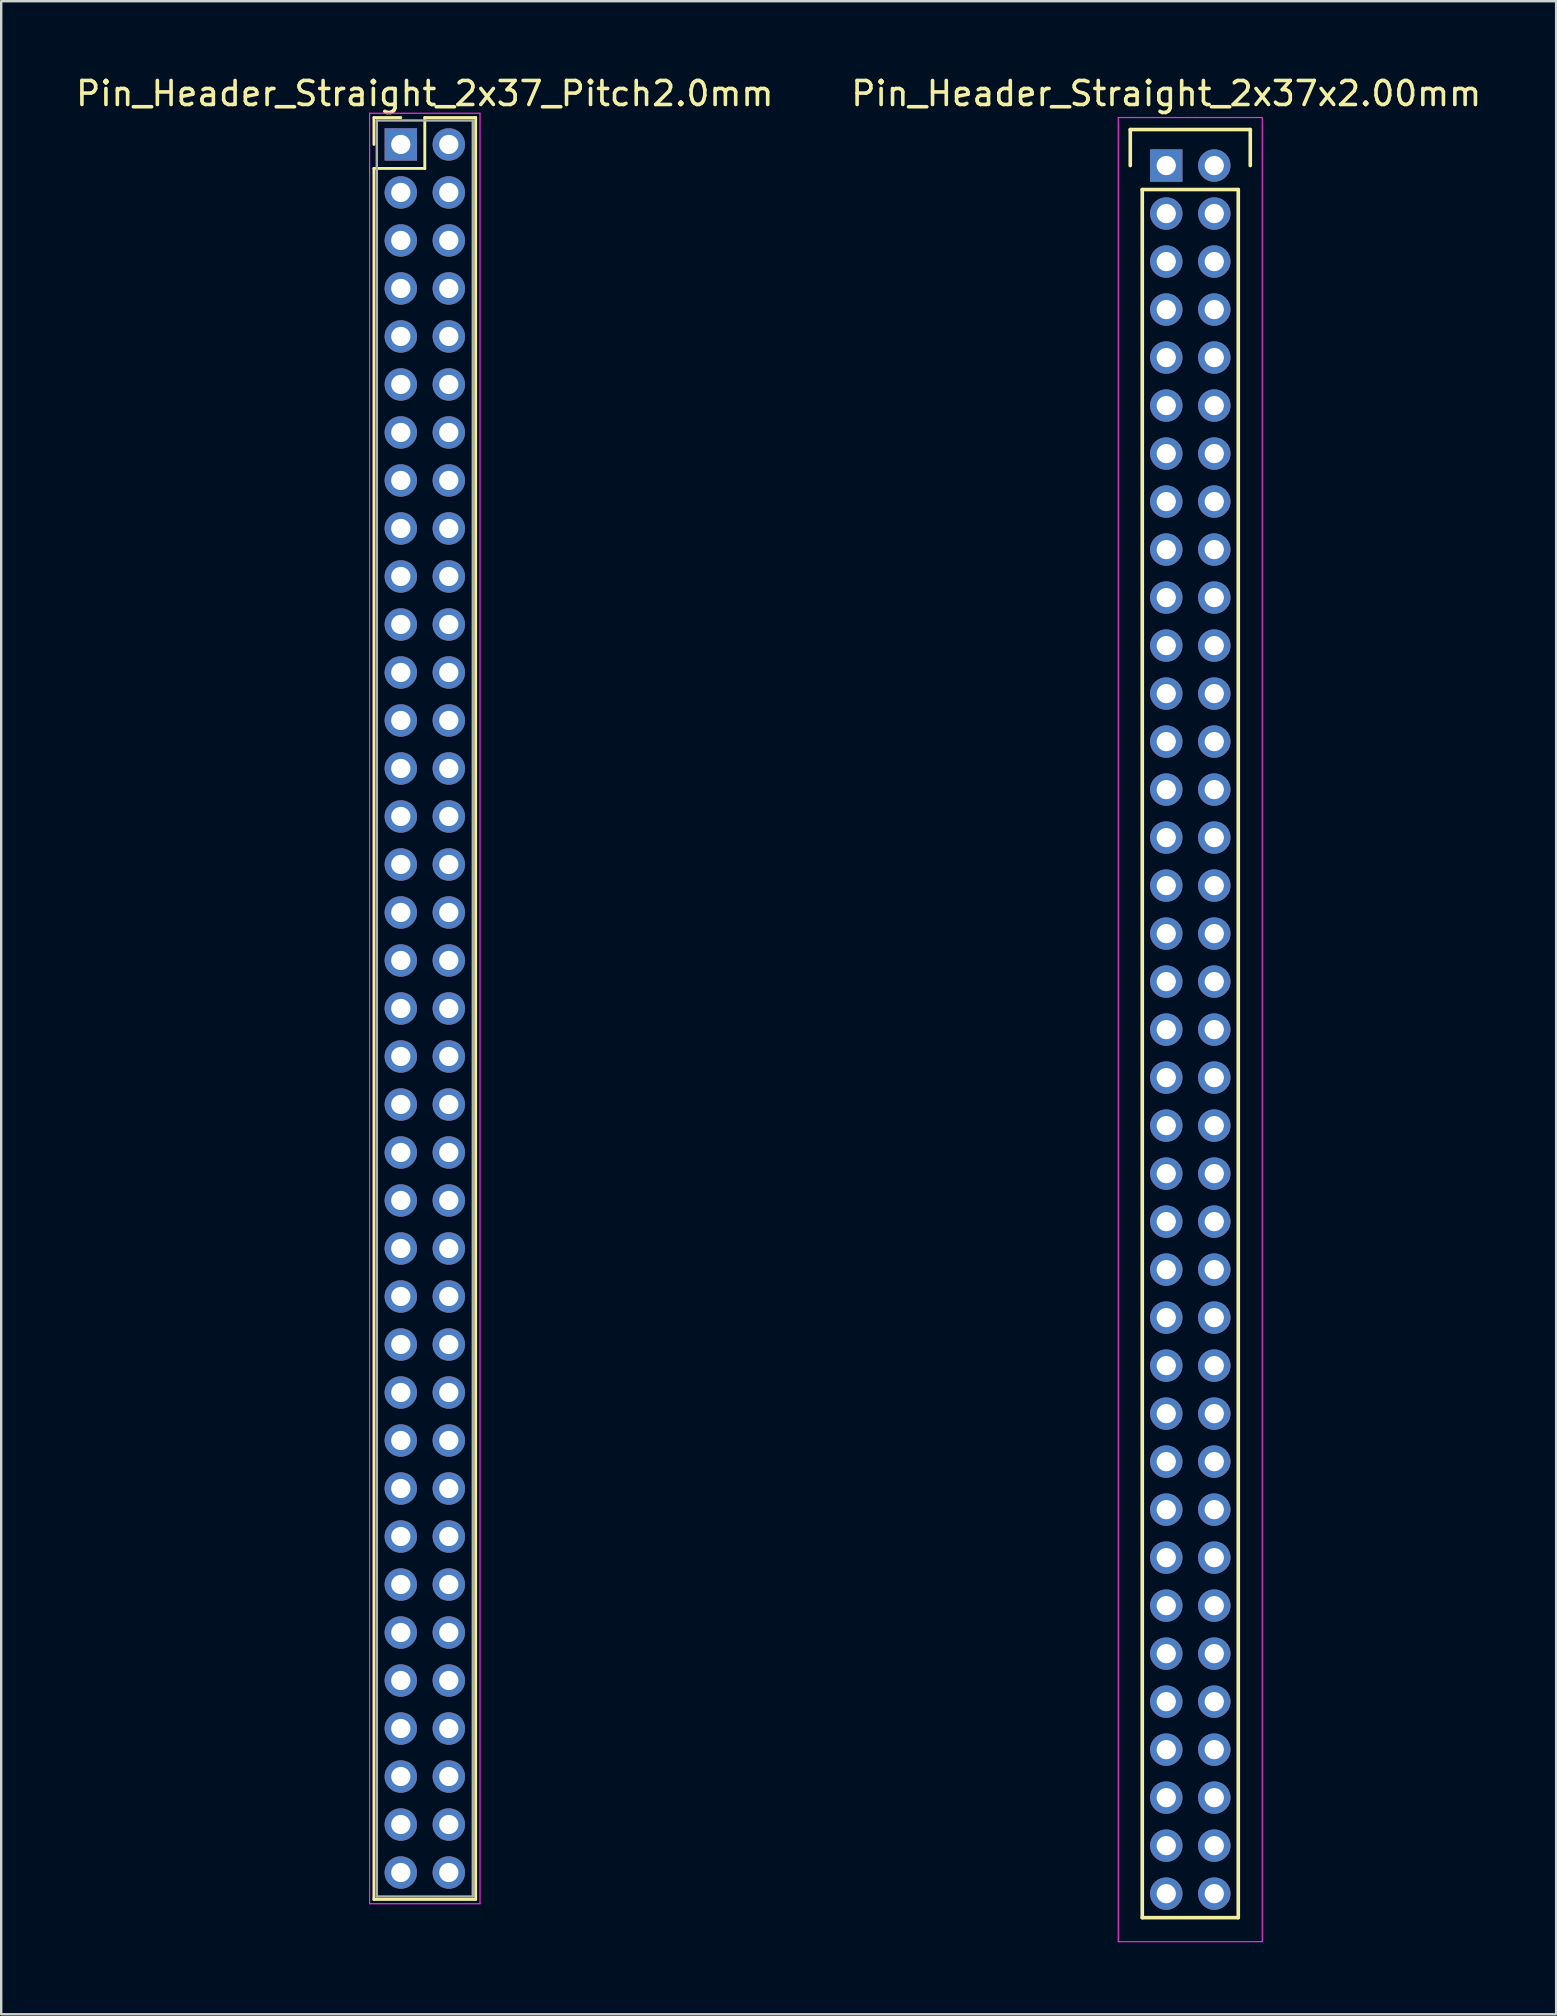
<source format=kicad_pcb>
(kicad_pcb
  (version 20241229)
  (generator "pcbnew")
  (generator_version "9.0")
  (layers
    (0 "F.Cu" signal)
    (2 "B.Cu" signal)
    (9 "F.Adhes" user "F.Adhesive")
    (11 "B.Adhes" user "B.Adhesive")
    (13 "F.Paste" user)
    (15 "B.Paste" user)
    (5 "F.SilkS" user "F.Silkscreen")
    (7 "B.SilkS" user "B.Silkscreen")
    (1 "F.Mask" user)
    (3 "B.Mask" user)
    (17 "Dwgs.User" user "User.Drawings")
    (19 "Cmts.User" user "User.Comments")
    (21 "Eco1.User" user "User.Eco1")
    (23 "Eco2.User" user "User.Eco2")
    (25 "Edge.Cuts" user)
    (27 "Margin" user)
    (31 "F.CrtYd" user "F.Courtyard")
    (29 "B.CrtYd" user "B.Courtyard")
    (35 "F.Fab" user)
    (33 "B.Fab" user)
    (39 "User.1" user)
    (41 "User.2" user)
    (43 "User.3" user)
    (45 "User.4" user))
  (footprint "Pin_Header_Straight_2x37x2.00mm"
    (layer "F.Cu")
    (at 45.542 3.848)
    (property "Reference" "Pin_Header_Straight_2x37x2.00mm" (at 0 -3 0) (layer "F.SilkS") (effects (font (size 1 1) (thickness 0.15))))
    (attr through_hole)
    (fp_line (start -1.5 -1.5) (end 3.5 -1.5) (stroke (width 0.15) (type solid)) (layer "F.SilkS"))
    (fp_line (start -1.5 0) (end -1.5 -1.5) (stroke (width 0.15) (type solid)) (layer "F.SilkS"))
    (fp_line (start -1 1) (end 3 1) (stroke (width 0.15) (type solid)) (layer "F.SilkS"))
    (fp_line (start -1 73) (end -1 1) (stroke (width 0.15) (type solid)) (layer "F.SilkS"))
    (fp_line (start 3 1) (end 3 73) (stroke (width 0.15) (type solid)) (layer "F.SilkS"))
    (fp_line (start 3 73) (end -1 73) (stroke (width 0.15) (type solid)) (layer "F.SilkS"))
    (fp_line (start 3.5 -1.5) (end 3.5 0) (stroke (width 0.15) (type solid)) (layer "F.SilkS"))
    (fp_line (start -2 -2) (end 4 -2) (stroke (width 0.05) (type solid)) (layer "F.CrtYd"))
    (fp_line (start -2 74) (end -2 -2) (stroke (width 0.05) (type solid)) (layer "F.CrtYd"))
    (fp_line (start 4 -2) (end 4 74) (stroke (width 0.05) (type solid)) (layer "F.CrtYd"))
    (fp_line (start 4 74) (end -2 74) (stroke (width 0.05) (type solid)) (layer "F.CrtYd"))
    (pad "1" thru_hole rect (at 0 0) (size 1.35 1.35) (drill 0.8) (layers "*.Cu" "*.Mask"))
    (pad "2" thru_hole circle (at 2 0) (size 1.35 1.35) (drill 0.8) (layers "*.Cu" "*.Mask"))
    (pad "3" thru_hole circle (at 0 2) (size 1.35 1.35) (drill 0.8) (layers "*.Cu" "*.Mask"))
    (pad "4" thru_hole circle (at 2 2) (size 1.35 1.35) (drill 0.8) (layers "*.Cu" "*.Mask"))
    (pad "5" thru_hole circle (at 0 4) (size 1.35 1.35) (drill 0.8) (layers "*.Cu" "*.Mask"))
    (pad "6" thru_hole circle (at 2 4) (size 1.35 1.35) (drill 0.8) (layers "*.Cu" "*.Mask"))
    (pad "7" thru_hole circle (at 0 6) (size 1.35 1.35) (drill 0.8) (layers "*.Cu" "*.Mask"))
    (pad "8" thru_hole circle (at 2 6) (size 1.35 1.35) (drill 0.8) (layers "*.Cu" "*.Mask"))
    (pad "9" thru_hole circle (at 0 8) (size 1.35 1.35) (drill 0.8) (layers "*.Cu" "*.Mask"))
    (pad "10" thru_hole circle (at 2 8) (size 1.35 1.35) (drill 0.8) (layers "*.Cu" "*.Mask"))
    (pad "11" thru_hole circle (at 0 10) (size 1.35 1.35) (drill 0.8) (layers "*.Cu" "*.Mask"))
    (pad "12" thru_hole circle (at 2 10) (size 1.35 1.35) (drill 0.8) (layers "*.Cu" "*.Mask"))
    (pad "13" thru_hole circle (at 0 12) (size 1.35 1.35) (drill 0.8) (layers "*.Cu" "*.Mask"))
    (pad "14" thru_hole circle (at 2 12) (size 1.35 1.35) (drill 0.8) (layers "*.Cu" "*.Mask"))
    (pad "15" thru_hole circle (at 0 14) (size 1.35 1.35) (drill 0.8) (layers "*.Cu" "*.Mask"))
    (pad "16" thru_hole circle (at 2 14) (size 1.35 1.35) (drill 0.8) (layers "*.Cu" "*.Mask"))
    (pad "17" thru_hole circle (at 0 16) (size 1.35 1.35) (drill 0.8) (layers "*.Cu" "*.Mask"))
    (pad "18" thru_hole circle (at 2 16) (size 1.35 1.35) (drill 0.8) (layers "*.Cu" "*.Mask"))
    (pad "19" thru_hole circle (at 0 18) (size 1.35 1.35) (drill 0.8) (layers "*.Cu" "*.Mask"))
    (pad "20" thru_hole circle (at 2 18) (size 1.35 1.35) (drill 0.8) (layers "*.Cu" "*.Mask"))
    (pad "21" thru_hole circle (at 0 20) (size 1.35 1.35) (drill 0.8) (layers "*.Cu" "*.Mask"))
    (pad "22" thru_hole circle (at 2 20) (size 1.35 1.35) (drill 0.8) (layers "*.Cu" "*.Mask"))
    (pad "23" thru_hole circle (at 0 22) (size 1.35 1.35) (drill 0.8) (layers "*.Cu" "*.Mask"))
    (pad "24" thru_hole circle (at 2 22) (size 1.35 1.35) (drill 0.8) (layers "*.Cu" "*.Mask"))
    (pad "25" thru_hole circle (at 0 24) (size 1.35 1.35) (drill 0.8) (layers "*.Cu" "*.Mask"))
    (pad "26" thru_hole circle (at 2 24) (size 1.35 1.35) (drill 0.8) (layers "*.Cu" "*.Mask"))
    (pad "27" thru_hole circle (at 0 26) (size 1.35 1.35) (drill 0.8) (layers "*.Cu" "*.Mask"))
    (pad "28" thru_hole circle (at 2 26) (size 1.35 1.35) (drill 0.8) (layers "*.Cu" "*.Mask"))
    (pad "29" thru_hole circle (at 0 28) (size 1.35 1.35) (drill 0.8) (layers "*.Cu" "*.Mask"))
    (pad "30" thru_hole circle (at 2 28) (size 1.35 1.35) (drill 0.8) (layers "*.Cu" "*.Mask"))
    (pad "31" thru_hole circle (at 0 30) (size 1.35 1.35) (drill 0.8) (layers "*.Cu" "*.Mask"))
    (pad "32" thru_hole circle (at 2 30) (size 1.35 1.35) (drill 0.8) (layers "*.Cu" "*.Mask"))
    (pad "33" thru_hole circle (at 0 32) (size 1.35 1.35) (drill 0.8) (layers "*.Cu" "*.Mask"))
    (pad "34" thru_hole circle (at 2 32) (size 1.35 1.35) (drill 0.8) (layers "*.Cu" "*.Mask"))
    (pad "35" thru_hole circle (at 0 34) (size 1.35 1.35) (drill 0.8) (layers "*.Cu" "*.Mask"))
    (pad "36" thru_hole circle (at 2 34) (size 1.35 1.35) (drill 0.8) (layers "*.Cu" "*.Mask"))
    (pad "37" thru_hole circle (at 0 36) (size 1.35 1.35) (drill 0.8) (layers "*.Cu" "*.Mask"))
    (pad "38" thru_hole circle (at 2 36) (size 1.35 1.35) (drill 0.8) (layers "*.Cu" "*.Mask"))
    (pad "39" thru_hole circle (at 0 38) (size 1.35 1.35) (drill 0.8) (layers "*.Cu" "*.Mask"))
    (pad "40" thru_hole circle (at 2 38) (size 1.35 1.35) (drill 0.8) (layers "*.Cu" "*.Mask"))
    (pad "41" thru_hole circle (at 0 40) (size 1.35 1.35) (drill 0.8) (layers "*.Cu" "*.Mask"))
    (pad "42" thru_hole circle (at 2 40) (size 1.35 1.35) (drill 0.8) (layers "*.Cu" "*.Mask"))
    (pad "43" thru_hole circle (at 0 42) (size 1.35 1.35) (drill 0.8) (layers "*.Cu" "*.Mask"))
    (pad "44" thru_hole circle (at 2 42) (size 1.35 1.35) (drill 0.8) (layers "*.Cu" "*.Mask"))
    (pad "45" thru_hole circle (at 0 44) (size 1.35 1.35) (drill 0.8) (layers "*.Cu" "*.Mask"))
    (pad "46" thru_hole circle (at 2 44) (size 1.35 1.35) (drill 0.8) (layers "*.Cu" "*.Mask"))
    (pad "47" thru_hole circle (at 0 46) (size 1.35 1.35) (drill 0.8) (layers "*.Cu" "*.Mask"))
    (pad "48" thru_hole circle (at 2 46) (size 1.35 1.35) (drill 0.8) (layers "*.Cu" "*.Mask"))
    (pad "49" thru_hole circle (at 0 48) (size 1.35 1.35) (drill 0.8) (layers "*.Cu" "*.Mask"))
    (pad "50" thru_hole circle (at 2 48) (size 1.35 1.35) (drill 0.8) (layers "*.Cu" "*.Mask"))
    (pad "51" thru_hole circle (at 0 50) (size 1.35 1.35) (drill 0.8) (layers "*.Cu" "*.Mask"))
    (pad "52" thru_hole circle (at 2 50) (size 1.35 1.35) (drill 0.8) (layers "*.Cu" "*.Mask"))
    (pad "53" thru_hole circle (at 0 52) (size 1.35 1.35) (drill 0.8) (layers "*.Cu" "*.Mask"))
    (pad "54" thru_hole circle (at 2 52) (size 1.35 1.35) (drill 0.8) (layers "*.Cu" "*.Mask"))
    (pad "55" thru_hole circle (at 0 54) (size 1.35 1.35) (drill 0.8) (layers "*.Cu" "*.Mask"))
    (pad "56" thru_hole circle (at 2 54) (size 1.35 1.35) (drill 0.8) (layers "*.Cu" "*.Mask"))
    (pad "57" thru_hole circle (at 0 56) (size 1.35 1.35) (drill 0.8) (layers "*.Cu" "*.Mask"))
    (pad "58" thru_hole circle (at 2 56) (size 1.35 1.35) (drill 0.8) (layers "*.Cu" "*.Mask"))
    (pad "59" thru_hole circle (at 0 58) (size 1.35 1.35) (drill 0.8) (layers "*.Cu" "*.Mask"))
    (pad "60" thru_hole circle (at 2 58) (size 1.35 1.35) (drill 0.8) (layers "*.Cu" "*.Mask"))
    (pad "61" thru_hole circle (at 0 60) (size 1.35 1.35) (drill 0.8) (layers "*.Cu" "*.Mask"))
    (pad "62" thru_hole circle (at 2 60) (size 1.35 1.35) (drill 0.8) (layers "*.Cu" "*.Mask"))
    (pad "63" thru_hole circle (at 0 62) (size 1.35 1.35) (drill 0.8) (layers "*.Cu" "*.Mask"))
    (pad "64" thru_hole circle (at 2 62) (size 1.35 1.35) (drill 0.8) (layers "*.Cu" "*.Mask"))
    (pad "65" thru_hole circle (at 0 64) (size 1.35 1.35) (drill 0.8) (layers "*.Cu" "*.Mask"))
    (pad "66" thru_hole circle (at 2 64) (size 1.35 1.35) (drill 0.8) (layers "*.Cu" "*.Mask"))
    (pad "67" thru_hole circle (at 0 66) (size 1.35 1.35) (drill 0.8) (layers "*.Cu" "*.Mask"))
    (pad "68" thru_hole circle (at 2 66) (size 1.35 1.35) (drill 0.8) (layers "*.Cu" "*.Mask"))
    (pad "69" thru_hole circle (at 0 68) (size 1.35 1.35) (drill 0.8) (layers "*.Cu" "*.Mask"))
    (pad "70" thru_hole circle (at 2 68) (size 1.35 1.35) (drill 0.8) (layers "*.Cu" "*.Mask"))
    (pad "71" thru_hole circle (at 0 70) (size 1.35 1.35) (drill 0.8) (layers "*.Cu" "*.Mask"))
    (pad "72" thru_hole circle (at 2 70) (size 1.35 1.35) (drill 0.8) (layers "*.Cu" "*.Mask"))
    (pad "73" thru_hole circle (at 0 72) (size 1.35 1.35) (drill 0.8) (layers "*.Cu" "*.Mask"))
    (pad "74" thru_hole circle (at 2 72) (size 1.35 1.35) (drill 0.8) (layers "*.Cu" "*.Mask")))
  (footprint "Pin_Header_Straight_2x37_Pitch2.0mm"
    (layer "F.Cu")
    (at 13.649 2.968)
    (property "Reference" "Pin_Header_Straight_2x37_Pitch2.0mm" (at 1 -2.12 0) (layer "F.SilkS") (effects (font (size 1 1) (thickness 0.15))))
    (attr through_hole)
    (fp_line (start -1.12 -1.12) (end 0 -1.12) (stroke (width 0.12) (type solid)) (layer "F.SilkS"))
    (fp_line (start -1.12 0) (end -1.12 -1.12) (stroke (width 0.12) (type solid)) (layer "F.SilkS"))
    (fp_line (start -1.12 1) (end -1.12 73.12) (stroke (width 0.12) (type solid)) (layer "F.SilkS"))
    (fp_line (start -1.12 73.12) (end 3.12 73.12) (stroke (width 0.12) (type solid)) (layer "F.SilkS"))
    (fp_line (start 1 -1.12) (end 1 1) (stroke (width 0.12) (type solid)) (layer "F.SilkS"))
    (fp_line (start 1 1) (end -1.12 1) (stroke (width 0.12) (type solid)) (layer "F.SilkS"))
    (fp_line (start 3.12 -1.12) (end 1 -1.12) (stroke (width 0.12) (type solid)) (layer "F.SilkS"))
    (fp_line (start 3.12 73.12) (end 3.12 -1.12) (stroke (width 0.12) (type solid)) (layer "F.SilkS"))
    (fp_line (start -1.3 -1.3) (end -1.3 73.3) (stroke (width 0.05) (type solid)) (layer "F.CrtYd"))
    (fp_line (start -1.3 73.3) (end 3.3 73.3) (stroke (width 0.05) (type solid)) (layer "F.CrtYd"))
    (fp_line (start 3.3 -1.3) (end -1.3 -1.3) (stroke (width 0.05) (type solid)) (layer "F.CrtYd"))
    (fp_line (start 3.3 73.3) (end 3.3 -1.3) (stroke (width 0.05) (type solid)) (layer "F.CrtYd"))
    (fp_line (start -1 -1) (end -1 73) (stroke (width 0.1) (type solid)) (layer "F.Fab"))
    (fp_line (start -1 73) (end 3 73) (stroke (width 0.1) (type solid)) (layer "F.Fab"))
    (fp_line (start 3 -1) (end -1 -1) (stroke (width 0.1) (type solid)) (layer "F.Fab"))
    (fp_line (start 3 73) (end 3 -1) (stroke (width 0.1) (type solid)) (layer "F.Fab"))
    (pad "1" thru_hole rect (at 0 0) (size 1.35 1.35) (drill 0.8) (layers "*.Cu" "*.Mask"))
    (pad "2" thru_hole oval (at 2 0) (size 1.35 1.35) (drill 0.8) (layers "*.Cu" "*.Mask"))
    (pad "3" thru_hole oval (at 0 2) (size 1.35 1.35) (drill 0.8) (layers "*.Cu" "*.Mask"))
    (pad "4" thru_hole oval (at 2 2) (size 1.35 1.35) (drill 0.8) (layers "*.Cu" "*.Mask"))
    (pad "5" thru_hole oval (at 0 4) (size 1.35 1.35) (drill 0.8) (layers "*.Cu" "*.Mask"))
    (pad "6" thru_hole oval (at 2 4) (size 1.35 1.35) (drill 0.8) (layers "*.Cu" "*.Mask"))
    (pad "7" thru_hole oval (at 0 6) (size 1.35 1.35) (drill 0.8) (layers "*.Cu" "*.Mask"))
    (pad "8" thru_hole oval (at 2 6) (size 1.35 1.35) (drill 0.8) (layers "*.Cu" "*.Mask"))
    (pad "9" thru_hole oval (at 0 8) (size 1.35 1.35) (drill 0.8) (layers "*.Cu" "*.Mask"))
    (pad "10" thru_hole oval (at 2 8) (size 1.35 1.35) (drill 0.8) (layers "*.Cu" "*.Mask"))
    (pad "11" thru_hole oval (at 0 10) (size 1.35 1.35) (drill 0.8) (layers "*.Cu" "*.Mask"))
    (pad "12" thru_hole oval (at 2 10) (size 1.35 1.35) (drill 0.8) (layers "*.Cu" "*.Mask"))
    (pad "13" thru_hole oval (at 0 12) (size 1.35 1.35) (drill 0.8) (layers "*.Cu" "*.Mask"))
    (pad "14" thru_hole oval (at 2 12) (size 1.35 1.35) (drill 0.8) (layers "*.Cu" "*.Mask"))
    (pad "15" thru_hole oval (at 0 14) (size 1.35 1.35) (drill 0.8) (layers "*.Cu" "*.Mask"))
    (pad "16" thru_hole oval (at 2 14) (size 1.35 1.35) (drill 0.8) (layers "*.Cu" "*.Mask"))
    (pad "17" thru_hole oval (at 0 16) (size 1.35 1.35) (drill 0.8) (layers "*.Cu" "*.Mask"))
    (pad "18" thru_hole oval (at 2 16) (size 1.35 1.35) (drill 0.8) (layers "*.Cu" "*.Mask"))
    (pad "19" thru_hole oval (at 0 18) (size 1.35 1.35) (drill 0.8) (layers "*.Cu" "*.Mask"))
    (pad "20" thru_hole oval (at 2 18) (size 1.35 1.35) (drill 0.8) (layers "*.Cu" "*.Mask"))
    (pad "21" thru_hole oval (at 0 20) (size 1.35 1.35) (drill 0.8) (layers "*.Cu" "*.Mask"))
    (pad "22" thru_hole oval (at 2 20) (size 1.35 1.35) (drill 0.8) (layers "*.Cu" "*.Mask"))
    (pad "23" thru_hole oval (at 0 22) (size 1.35 1.35) (drill 0.8) (layers "*.Cu" "*.Mask"))
    (pad "24" thru_hole oval (at 2 22) (size 1.35 1.35) (drill 0.8) (layers "*.Cu" "*.Mask"))
    (pad "25" thru_hole oval (at 0 24) (size 1.35 1.35) (drill 0.8) (layers "*.Cu" "*.Mask"))
    (pad "26" thru_hole oval (at 2 24) (size 1.35 1.35) (drill 0.8) (layers "*.Cu" "*.Mask"))
    (pad "27" thru_hole oval (at 0 26) (size 1.35 1.35) (drill 0.8) (layers "*.Cu" "*.Mask"))
    (pad "28" thru_hole oval (at 2 26) (size 1.35 1.35) (drill 0.8) (layers "*.Cu" "*.Mask"))
    (pad "29" thru_hole oval (at 0 28) (size 1.35 1.35) (drill 0.8) (layers "*.Cu" "*.Mask"))
    (pad "30" thru_hole oval (at 2 28) (size 1.35 1.35) (drill 0.8) (layers "*.Cu" "*.Mask"))
    (pad "31" thru_hole oval (at 0 30) (size 1.35 1.35) (drill 0.8) (layers "*.Cu" "*.Mask"))
    (pad "32" thru_hole oval (at 2 30) (size 1.35 1.35) (drill 0.8) (layers "*.Cu" "*.Mask"))
    (pad "33" thru_hole oval (at 0 32) (size 1.35 1.35) (drill 0.8) (layers "*.Cu" "*.Mask"))
    (pad "34" thru_hole oval (at 2 32) (size 1.35 1.35) (drill 0.8) (layers "*.Cu" "*.Mask"))
    (pad "35" thru_hole oval (at 0 34) (size 1.35 1.35) (drill 0.8) (layers "*.Cu" "*.Mask"))
    (pad "36" thru_hole oval (at 2 34) (size 1.35 1.35) (drill 0.8) (layers "*.Cu" "*.Mask"))
    (pad "37" thru_hole oval (at 0 36) (size 1.35 1.35) (drill 0.8) (layers "*.Cu" "*.Mask"))
    (pad "38" thru_hole oval (at 2 36) (size 1.35 1.35) (drill 0.8) (layers "*.Cu" "*.Mask"))
    (pad "39" thru_hole oval (at 0 38) (size 1.35 1.35) (drill 0.8) (layers "*.Cu" "*.Mask"))
    (pad "40" thru_hole oval (at 2 38) (size 1.35 1.35) (drill 0.8) (layers "*.Cu" "*.Mask"))
    (pad "41" thru_hole oval (at 0 40) (size 1.35 1.35) (drill 0.8) (layers "*.Cu" "*.Mask"))
    (pad "42" thru_hole oval (at 2 40) (size 1.35 1.35) (drill 0.8) (layers "*.Cu" "*.Mask"))
    (pad "43" thru_hole oval (at 0 42) (size 1.35 1.35) (drill 0.8) (layers "*.Cu" "*.Mask"))
    (pad "44" thru_hole oval (at 2 42) (size 1.35 1.35) (drill 0.8) (layers "*.Cu" "*.Mask"))
    (pad "45" thru_hole oval (at 0 44) (size 1.35 1.35) (drill 0.8) (layers "*.Cu" "*.Mask"))
    (pad "46" thru_hole oval (at 2 44) (size 1.35 1.35) (drill 0.8) (layers "*.Cu" "*.Mask"))
    (pad "47" thru_hole oval (at 0 46) (size 1.35 1.35) (drill 0.8) (layers "*.Cu" "*.Mask"))
    (pad "48" thru_hole oval (at 2 46) (size 1.35 1.35) (drill 0.8) (layers "*.Cu" "*.Mask"))
    (pad "49" thru_hole oval (at 0 48) (size 1.35 1.35) (drill 0.8) (layers "*.Cu" "*.Mask"))
    (pad "50" thru_hole oval (at 2 48) (size 1.35 1.35) (drill 0.8) (layers "*.Cu" "*.Mask"))
    (pad "51" thru_hole oval (at 0 50) (size 1.35 1.35) (drill 0.8) (layers "*.Cu" "*.Mask"))
    (pad "52" thru_hole oval (at 2 50) (size 1.35 1.35) (drill 0.8) (layers "*.Cu" "*.Mask"))
    (pad "53" thru_hole oval (at 0 52) (size 1.35 1.35) (drill 0.8) (layers "*.Cu" "*.Mask"))
    (pad "54" thru_hole oval (at 2 52) (size 1.35 1.35) (drill 0.8) (layers "*.Cu" "*.Mask"))
    (pad "55" thru_hole oval (at 0 54) (size 1.35 1.35) (drill 0.8) (layers "*.Cu" "*.Mask"))
    (pad "56" thru_hole oval (at 2 54) (size 1.35 1.35) (drill 0.8) (layers "*.Cu" "*.Mask"))
    (pad "57" thru_hole oval (at 0 56) (size 1.35 1.35) (drill 0.8) (layers "*.Cu" "*.Mask"))
    (pad "58" thru_hole oval (at 2 56) (size 1.35 1.35) (drill 0.8) (layers "*.Cu" "*.Mask"))
    (pad "59" thru_hole oval (at 0 58) (size 1.35 1.35) (drill 0.8) (layers "*.Cu" "*.Mask"))
    (pad "60" thru_hole oval (at 2 58) (size 1.35 1.35) (drill 0.8) (layers "*.Cu" "*.Mask"))
    (pad "61" thru_hole oval (at 0 60) (size 1.35 1.35) (drill 0.8) (layers "*.Cu" "*.Mask"))
    (pad "62" thru_hole oval (at 2 60) (size 1.35 1.35) (drill 0.8) (layers "*.Cu" "*.Mask"))
    (pad "63" thru_hole oval (at 0 62) (size 1.35 1.35) (drill 0.8) (layers "*.Cu" "*.Mask"))
    (pad "64" thru_hole oval (at 2 62) (size 1.35 1.35) (drill 0.8) (layers "*.Cu" "*.Mask"))
    (pad "65" thru_hole oval (at 0 64) (size 1.35 1.35) (drill 0.8) (layers "*.Cu" "*.Mask"))
    (pad "66" thru_hole oval (at 2 64) (size 1.35 1.35) (drill 0.8) (layers "*.Cu" "*.Mask"))
    (pad "67" thru_hole oval (at 0 66) (size 1.35 1.35) (drill 0.8) (layers "*.Cu" "*.Mask"))
    (pad "68" thru_hole oval (at 2 66) (size 1.35 1.35) (drill 0.8) (layers "*.Cu" "*.Mask"))
    (pad "69" thru_hole oval (at 0 68) (size 1.35 1.35) (drill 0.8) (layers "*.Cu" "*.Mask"))
    (pad "70" thru_hole oval (at 2 68) (size 1.35 1.35) (drill 0.8) (layers "*.Cu" "*.Mask"))
    (pad "71" thru_hole oval (at 0 70) (size 1.35 1.35) (drill 0.8) (layers "*.Cu" "*.Mask"))
    (pad "72" thru_hole oval (at 2 70) (size 1.35 1.35) (drill 0.8) (layers "*.Cu" "*.Mask"))
    (pad "73" thru_hole oval (at 0 72) (size 1.35 1.35) (drill 0.8) (layers "*.Cu" "*.Mask"))
    (pad "74" thru_hole oval (at 2 72) (size 1.35 1.35) (drill 0.8) (layers "*.Cu" "*.Mask")))
  (gr_rect
    (start -3 -3)
    (end 61.786 80.873)
    (stroke (width 0.1) (type default))
    (fill no)
    (layer "Edge.Cuts")))
</source>
